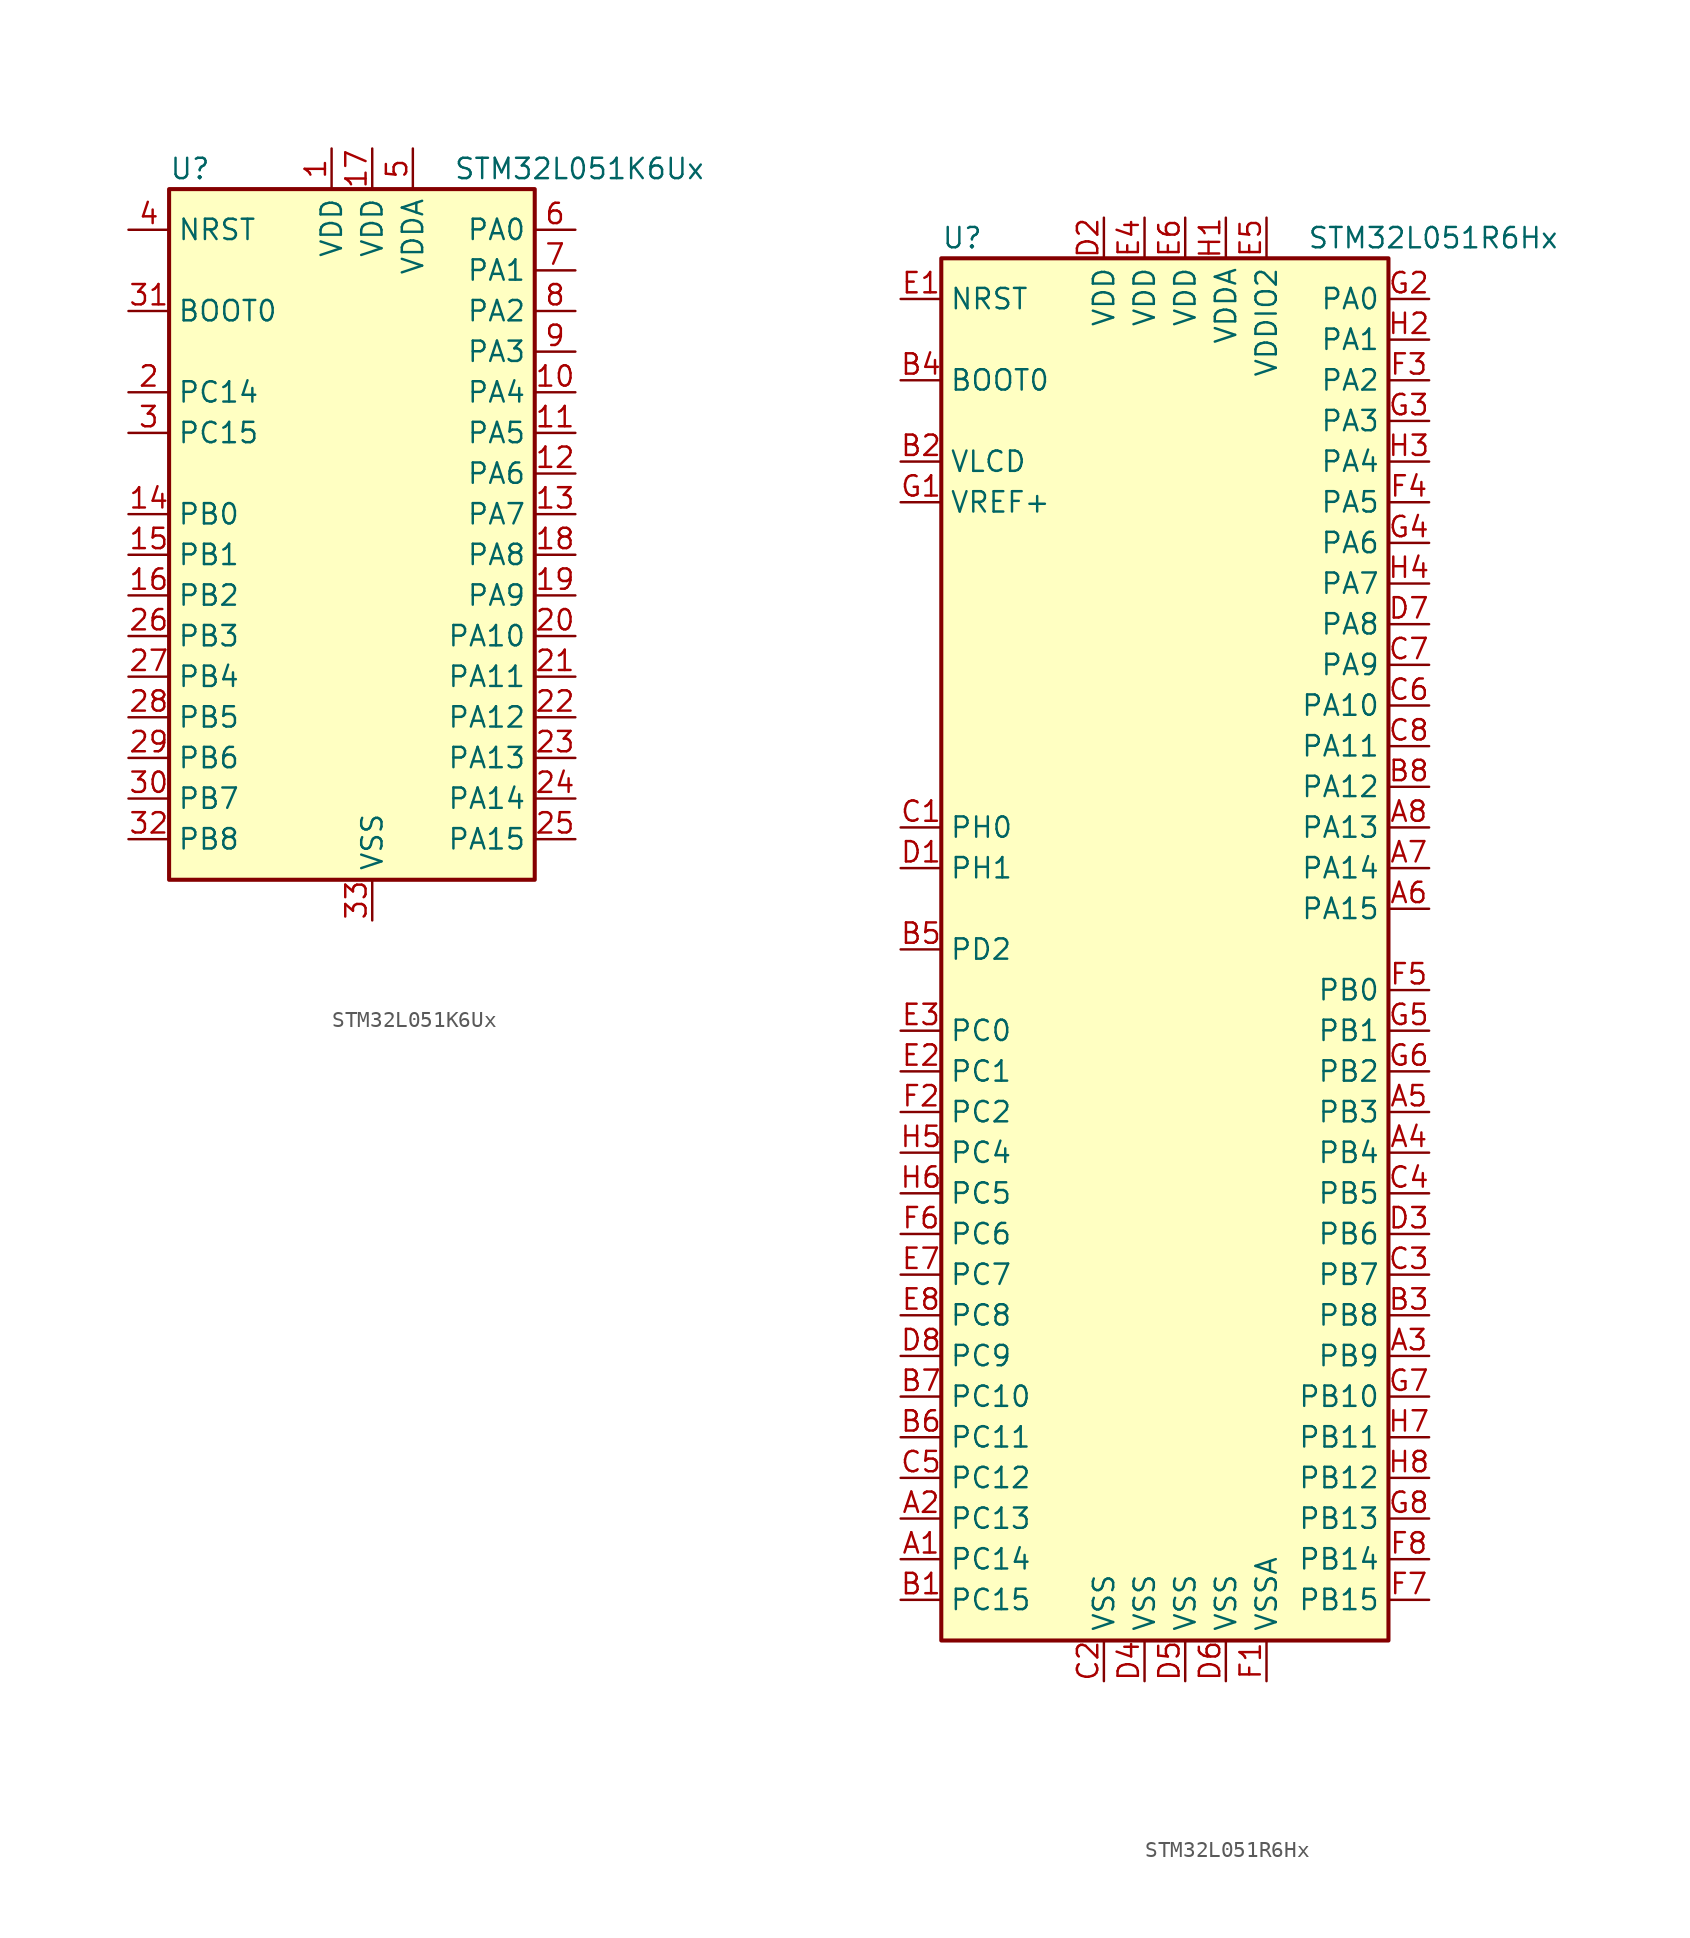
<source format=kicad_sym>
(kicad_symbol_lib
  (version 20201005)
  (generator kicad_symbol_editor)
  (symbol "MCU_ST_STM32L0:STM32L051K6Ux"
    (property "Reference" "U"
      (at -12.7 21.59 0)
      (effects (font (size 1.27 1.27)) (justify left)))
    (property "Value" "STM32L051K6Ux"
      (at 5.08 21.59 0)
      (effects (font (size 1.27 1.27)) (justify left)))
    (symbol "STM32L051K6Ux_0_1"
      (rectangle (start -12.7 -22.86) (end 10.16 20.32) (stroke (width 0.254)) (fill (type background))))
    (symbol "STM32L051K6Ux_1_1"
      (pin input line (at -15.24 12.7 0) (length 2.54) (name "BOOT0" (effects (font (size 1.27 1.27)))) (number "31" (effects (font (size 1.27 1.27)))))
      (pin input line (at -15.24 17.78 0) (length 2.54) (name "NRST" (effects (font (size 1.27 1.27)))) (number "4" (effects (font (size 1.27 1.27)))))
      (pin bidirectional line (at 12.7 17.78 180) (length 2.54) (name "PA0" (effects (font (size 1.27 1.27)))) (number "6" (effects (font (size 1.27 1.27)))))
      (pin bidirectional line (at 12.7 15.24 180) (length 2.54) (name "PA1" (effects (font (size 1.27 1.27)))) (number "7" (effects (font (size 1.27 1.27)))))
      (pin bidirectional line (at 12.7 -7.62 180) (length 2.54) (name "PA10" (effects (font (size 1.27 1.27)))) (number "20" (effects (font (size 1.27 1.27)))))
      (pin bidirectional line (at 12.7 -10.16 180) (length 2.54) (name "PA11" (effects (font (size 1.27 1.27)))) (number "21" (effects (font (size 1.27 1.27)))))
      (pin bidirectional line (at 12.7 -12.7 180) (length 2.54) (name "PA12" (effects (font (size 1.27 1.27)))) (number "22" (effects (font (size 1.27 1.27)))))
      (pin bidirectional line (at 12.7 -15.24 180) (length 2.54) (name "PA13" (effects (font (size 1.27 1.27)))) (number "23" (effects (font (size 1.27 1.27)))))
      (pin bidirectional line (at 12.7 -17.78 180) (length 2.54) (name "PA14" (effects (font (size 1.27 1.27)))) (number "24" (effects (font (size 1.27 1.27)))))
      (pin bidirectional line (at 12.7 -20.32 180) (length 2.54) (name "PA15" (effects (font (size 1.27 1.27)))) (number "25" (effects (font (size 1.27 1.27)))))
      (pin bidirectional line (at 12.7 12.7 180) (length 2.54) (name "PA2" (effects (font (size 1.27 1.27)))) (number "8" (effects (font (size 1.27 1.27)))))
      (pin bidirectional line (at 12.7 10.16 180) (length 2.54) (name "PA3" (effects (font (size 1.27 1.27)))) (number "9" (effects (font (size 1.27 1.27)))))
      (pin bidirectional line (at 12.7 7.62 180) (length 2.54) (name "PA4" (effects (font (size 1.27 1.27)))) (number "10" (effects (font (size 1.27 1.27)))))
      (pin bidirectional line (at 12.7 5.08 180) (length 2.54) (name "PA5" (effects (font (size 1.27 1.27)))) (number "11" (effects (font (size 1.27 1.27)))))
      (pin bidirectional line (at 12.7 2.54 180) (length 2.54) (name "PA6" (effects (font (size 1.27 1.27)))) (number "12" (effects (font (size 1.27 1.27)))))
      (pin bidirectional line (at 12.7 0 180) (length 2.54) (name "PA7" (effects (font (size 1.27 1.27)))) (number "13" (effects (font (size 1.27 1.27)))))
      (pin bidirectional line (at 12.7 -2.54 180) (length 2.54) (name "PA8" (effects (font (size 1.27 1.27)))) (number "18" (effects (font (size 1.27 1.27)))))
      (pin bidirectional line (at 12.7 -5.08 180) (length 2.54) (name "PA9" (effects (font (size 1.27 1.27)))) (number "19" (effects (font (size 1.27 1.27)))))
      (pin bidirectional line (at -15.24 0 0) (length 2.54) (name "PB0" (effects (font (size 1.27 1.27)))) (number "14" (effects (font (size 1.27 1.27)))))
      (pin bidirectional line (at -15.24 -2.54 0) (length 2.54) (name "PB1" (effects (font (size 1.27 1.27)))) (number "15" (effects (font (size 1.27 1.27)))))
      (pin bidirectional line (at -15.24 -5.08 0) (length 2.54) (name "PB2" (effects (font (size 1.27 1.27)))) (number "16" (effects (font (size 1.27 1.27)))))
      (pin bidirectional line (at -15.24 -7.62 0) (length 2.54) (name "PB3" (effects (font (size 1.27 1.27)))) (number "26" (effects (font (size 1.27 1.27)))))
      (pin bidirectional line (at -15.24 -10.16 0) (length 2.54) (name "PB4" (effects (font (size 1.27 1.27)))) (number "27" (effects (font (size 1.27 1.27)))))
      (pin bidirectional line (at -15.24 -12.7 0) (length 2.54) (name "PB5" (effects (font (size 1.27 1.27)))) (number "28" (effects (font (size 1.27 1.27)))))
      (pin bidirectional line (at -15.24 -15.24 0) (length 2.54) (name "PB6" (effects (font (size 1.27 1.27)))) (number "29" (effects (font (size 1.27 1.27)))))
      (pin bidirectional line (at -15.24 -17.78 0) (length 2.54) (name "PB7" (effects (font (size 1.27 1.27)))) (number "30" (effects (font (size 1.27 1.27)))))
      (pin bidirectional line (at -15.24 -20.32 0) (length 2.54) (name "PB8" (effects (font (size 1.27 1.27)))) (number "32" (effects (font (size 1.27 1.27)))))
      (pin bidirectional line (at -15.24 7.62 0) (length 2.54) (name "PC14" (effects (font (size 1.27 1.27)))) (number "2" (effects (font (size 1.27 1.27)))))
      (pin bidirectional line (at -15.24 5.08 0) (length 2.54) (name "PC15" (effects (font (size 1.27 1.27)))) (number "3" (effects (font (size 1.27 1.27)))))
      (pin power_in line (at -2.54 22.86 270) (length 2.54) (name "VDD" (effects (font (size 1.27 1.27)))) (number "1" (effects (font (size 1.27 1.27)))))
      (pin power_in line (at 0 22.86 270) (length 2.54) (name "VDD" (effects (font (size 1.27 1.27)))) (number "17" (effects (font (size 1.27 1.27)))))
      (pin power_in line (at 2.54 22.86 270) (length 2.54) (name "VDDA" (effects (font (size 1.27 1.27)))) (number "5" (effects (font (size 1.27 1.27)))))
      (pin power_in line (at 0 -25.4 90) (length 2.54) (name "VSS" (effects (font (size 1.27 1.27)))) (number "33" (effects (font (size 1.27 1.27)))))))
  (symbol "MCU_ST_STM32L0:STM32L051R6Hx"
    (property "Reference" "U"
      (at -15.24 44.45 0)
      (effects (font (size 1.27 1.27)) (justify left)))
    (property "Value" "STM32L051R6Hx"
      (at 7.62 44.45 0)
      (effects (font (size 1.27 1.27)) (justify left)))
    (symbol "STM32L051R6Hx_0_1"
      (rectangle (start -15.24 -43.18) (end 12.7 43.18) (stroke (width 0.254)) (fill (type background))))
    (symbol "STM32L051R6Hx_1_1"
      (pin input line (at -17.78 35.56 0) (length 2.54) (name "BOOT0" (effects (font (size 1.27 1.27)))) (number "B4" (effects (font (size 1.27 1.27)))))
      (pin input line (at -17.78 40.64 0) (length 2.54) (name "NRST" (effects (font (size 1.27 1.27)))) (number "E1" (effects (font (size 1.27 1.27)))))
      (pin bidirectional line (at 15.24 40.64 180) (length 2.54) (name "PA0" (effects (font (size 1.27 1.27)))) (number "G2" (effects (font (size 1.27 1.27)))))
      (pin bidirectional line (at 15.24 38.1 180) (length 2.54) (name "PA1" (effects (font (size 1.27 1.27)))) (number "H2" (effects (font (size 1.27 1.27)))))
      (pin bidirectional line (at 15.24 15.24 180) (length 2.54) (name "PA10" (effects (font (size 1.27 1.27)))) (number "C6" (effects (font (size 1.27 1.27)))))
      (pin bidirectional line (at 15.24 12.7 180) (length 2.54) (name "PA11" (effects (font (size 1.27 1.27)))) (number "C8" (effects (font (size 1.27 1.27)))))
      (pin bidirectional line (at 15.24 10.16 180) (length 2.54) (name "PA12" (effects (font (size 1.27 1.27)))) (number "B8" (effects (font (size 1.27 1.27)))))
      (pin bidirectional line (at 15.24 7.62 180) (length 2.54) (name "PA13" (effects (font (size 1.27 1.27)))) (number "A8" (effects (font (size 1.27 1.27)))))
      (pin bidirectional line (at 15.24 5.08 180) (length 2.54) (name "PA14" (effects (font (size 1.27 1.27)))) (number "A7" (effects (font (size 1.27 1.27)))))
      (pin bidirectional line (at 15.24 2.54 180) (length 2.54) (name "PA15" (effects (font (size 1.27 1.27)))) (number "A6" (effects (font (size 1.27 1.27)))))
      (pin bidirectional line (at 15.24 35.56 180) (length 2.54) (name "PA2" (effects (font (size 1.27 1.27)))) (number "F3" (effects (font (size 1.27 1.27)))))
      (pin bidirectional line (at 15.24 33.02 180) (length 2.54) (name "PA3" (effects (font (size 1.27 1.27)))) (number "G3" (effects (font (size 1.27 1.27)))))
      (pin bidirectional line (at 15.24 30.48 180) (length 2.54) (name "PA4" (effects (font (size 1.27 1.27)))) (number "H3" (effects (font (size 1.27 1.27)))))
      (pin bidirectional line (at 15.24 27.94 180) (length 2.54) (name "PA5" (effects (font (size 1.27 1.27)))) (number "F4" (effects (font (size 1.27 1.27)))))
      (pin bidirectional line (at 15.24 25.4 180) (length 2.54) (name "PA6" (effects (font (size 1.27 1.27)))) (number "G4" (effects (font (size 1.27 1.27)))))
      (pin bidirectional line (at 15.24 22.86 180) (length 2.54) (name "PA7" (effects (font (size 1.27 1.27)))) (number "H4" (effects (font (size 1.27 1.27)))))
      (pin bidirectional line (at 15.24 20.32 180) (length 2.54) (name "PA8" (effects (font (size 1.27 1.27)))) (number "D7" (effects (font (size 1.27 1.27)))))
      (pin bidirectional line (at 15.24 17.78 180) (length 2.54) (name "PA9" (effects (font (size 1.27 1.27)))) (number "C7" (effects (font (size 1.27 1.27)))))
      (pin bidirectional line (at 15.24 -2.54 180) (length 2.54) (name "PB0" (effects (font (size 1.27 1.27)))) (number "F5" (effects (font (size 1.27 1.27)))))
      (pin bidirectional line (at 15.24 -5.08 180) (length 2.54) (name "PB1" (effects (font (size 1.27 1.27)))) (number "G5" (effects (font (size 1.27 1.27)))))
      (pin bidirectional line (at 15.24 -27.94 180) (length 2.54) (name "PB10" (effects (font (size 1.27 1.27)))) (number "G7" (effects (font (size 1.27 1.27)))))
      (pin bidirectional line (at 15.24 -30.48 180) (length 2.54) (name "PB11" (effects (font (size 1.27 1.27)))) (number "H7" (effects (font (size 1.27 1.27)))))
      (pin bidirectional line (at 15.24 -33.02 180) (length 2.54) (name "PB12" (effects (font (size 1.27 1.27)))) (number "H8" (effects (font (size 1.27 1.27)))))
      (pin bidirectional line (at 15.24 -35.56 180) (length 2.54) (name "PB13" (effects (font (size 1.27 1.27)))) (number "G8" (effects (font (size 1.27 1.27)))))
      (pin bidirectional line (at 15.24 -38.1 180) (length 2.54) (name "PB14" (effects (font (size 1.27 1.27)))) (number "F8" (effects (font (size 1.27 1.27)))))
      (pin bidirectional line (at 15.24 -40.64 180) (length 2.54) (name "PB15" (effects (font (size 1.27 1.27)))) (number "F7" (effects (font (size 1.27 1.27)))))
      (pin bidirectional line (at 15.24 -7.62 180) (length 2.54) (name "PB2" (effects (font (size 1.27 1.27)))) (number "G6" (effects (font (size 1.27 1.27)))))
      (pin bidirectional line (at 15.24 -10.16 180) (length 2.54) (name "PB3" (effects (font (size 1.27 1.27)))) (number "A5" (effects (font (size 1.27 1.27)))))
      (pin bidirectional line (at 15.24 -12.7 180) (length 2.54) (name "PB4" (effects (font (size 1.27 1.27)))) (number "A4" (effects (font (size 1.27 1.27)))))
      (pin bidirectional line (at 15.24 -15.24 180) (length 2.54) (name "PB5" (effects (font (size 1.27 1.27)))) (number "C4" (effects (font (size 1.27 1.27)))))
      (pin bidirectional line (at 15.24 -17.78 180) (length 2.54) (name "PB6" (effects (font (size 1.27 1.27)))) (number "D3" (effects (font (size 1.27 1.27)))))
      (pin bidirectional line (at 15.24 -20.32 180) (length 2.54) (name "PB7" (effects (font (size 1.27 1.27)))) (number "C3" (effects (font (size 1.27 1.27)))))
      (pin bidirectional line (at 15.24 -22.86 180) (length 2.54) (name "PB8" (effects (font (size 1.27 1.27)))) (number "B3" (effects (font (size 1.27 1.27)))))
      (pin bidirectional line (at 15.24 -25.4 180) (length 2.54) (name "PB9" (effects (font (size 1.27 1.27)))) (number "A3" (effects (font (size 1.27 1.27)))))
      (pin bidirectional line (at -17.78 -5.08 0) (length 2.54) (name "PC0" (effects (font (size 1.27 1.27)))) (number "E3" (effects (font (size 1.27 1.27)))))
      (pin bidirectional line (at -17.78 -7.62 0) (length 2.54) (name "PC1" (effects (font (size 1.27 1.27)))) (number "E2" (effects (font (size 1.27 1.27)))))
      (pin bidirectional line (at -17.78 -27.94 0) (length 2.54) (name "PC10" (effects (font (size 1.27 1.27)))) (number "B7" (effects (font (size 1.27 1.27)))))
      (pin bidirectional line (at -17.78 -30.48 0) (length 2.54) (name "PC11" (effects (font (size 1.27 1.27)))) (number "B6" (effects (font (size 1.27 1.27)))))
      (pin bidirectional line (at -17.78 -33.02 0) (length 2.54) (name "PC12" (effects (font (size 1.27 1.27)))) (number "C5" (effects (font (size 1.27 1.27)))))
      (pin bidirectional line (at -17.78 -35.56 0) (length 2.54) (name "PC13" (effects (font (size 1.27 1.27)))) (number "A2" (effects (font (size 1.27 1.27)))))
      (pin bidirectional line (at -17.78 -38.1 0) (length 2.54) (name "PC14" (effects (font (size 1.27 1.27)))) (number "A1" (effects (font (size 1.27 1.27)))))
      (pin bidirectional line (at -17.78 -40.64 0) (length 2.54) (name "PC15" (effects (font (size 1.27 1.27)))) (number "B1" (effects (font (size 1.27 1.27)))))
      (pin bidirectional line (at -17.78 -10.16 0) (length 2.54) (name "PC2" (effects (font (size 1.27 1.27)))) (number "F2" (effects (font (size 1.27 1.27)))))
      (pin bidirectional line (at -17.78 -12.7 0) (length 2.54) (name "PC4" (effects (font (size 1.27 1.27)))) (number "H5" (effects (font (size 1.27 1.27)))))
      (pin bidirectional line (at -17.78 -15.24 0) (length 2.54) (name "PC5" (effects (font (size 1.27 1.27)))) (number "H6" (effects (font (size 1.27 1.27)))))
      (pin bidirectional line (at -17.78 -17.78 0) (length 2.54) (name "PC6" (effects (font (size 1.27 1.27)))) (number "F6" (effects (font (size 1.27 1.27)))))
      (pin bidirectional line (at -17.78 -20.32 0) (length 2.54) (name "PC7" (effects (font (size 1.27 1.27)))) (number "E7" (effects (font (size 1.27 1.27)))))
      (pin bidirectional line (at -17.78 -22.86 0) (length 2.54) (name "PC8" (effects (font (size 1.27 1.27)))) (number "E8" (effects (font (size 1.27 1.27)))))
      (pin bidirectional line (at -17.78 -25.4 0) (length 2.54) (name "PC9" (effects (font (size 1.27 1.27)))) (number "D8" (effects (font (size 1.27 1.27)))))
      (pin bidirectional line (at -17.78 0 0) (length 2.54) (name "PD2" (effects (font (size 1.27 1.27)))) (number "B5" (effects (font (size 1.27 1.27)))))
      (pin input line (at -17.78 7.62 0) (length 2.54) (name "PH0" (effects (font (size 1.27 1.27)))) (number "C1" (effects (font (size 1.27 1.27)))))
      (pin input line (at -17.78 5.08 0) (length 2.54) (name "PH1" (effects (font (size 1.27 1.27)))) (number "D1" (effects (font (size 1.27 1.27)))))
      (pin power_in line (at -5.08 45.72 270) (length 2.54) (name "VDD" (effects (font (size 1.27 1.27)))) (number "D2" (effects (font (size 1.27 1.27)))))
      (pin power_in line (at -2.54 45.72 270) (length 2.54) (name "VDD" (effects (font (size 1.27 1.27)))) (number "E4" (effects (font (size 1.27 1.27)))))
      (pin power_in line (at 0 45.72 270) (length 2.54) (name "VDD" (effects (font (size 1.27 1.27)))) (number "E6" (effects (font (size 1.27 1.27)))))
      (pin power_in line (at 2.54 45.72 270) (length 2.54) (name "VDDA" (effects (font (size 1.27 1.27)))) (number "H1" (effects (font (size 1.27 1.27)))))
      (pin power_in line (at 5.08 45.72 270) (length 2.54) (name "VDDIO2" (effects (font (size 1.27 1.27)))) (number "E5" (effects (font (size 1.27 1.27)))))
      (pin power_in line (at -17.78 30.48 0) (length 2.54) (name "VLCD" (effects (font (size 1.27 1.27)))) (number "B2" (effects (font (size 1.27 1.27)))))
      (pin power_in line (at -17.78 27.94 0) (length 2.54) (name "VREF+" (effects (font (size 1.27 1.27)))) (number "G1" (effects (font (size 1.27 1.27)))))
      (pin power_in line (at -5.08 -45.72 90) (length 2.54) (name "VSS" (effects (font (size 1.27 1.27)))) (number "C2" (effects (font (size 1.27 1.27)))))
      (pin power_in line (at -2.54 -45.72 90) (length 2.54) (name "VSS" (effects (font (size 1.27 1.27)))) (number "D4" (effects (font (size 1.27 1.27)))))
      (pin power_in line (at 0 -45.72 90) (length 2.54) (name "VSS" (effects (font (size 1.27 1.27)))) (number "D5" (effects (font (size 1.27 1.27)))))
      (pin power_in line (at 2.54 -45.72 90) (length 2.54) (name "VSS" (effects (font (size 1.27 1.27)))) (number "D6" (effects (font (size 1.27 1.27)))))
      (pin power_in line (at 5.08 -45.72 90) (length 2.54) (name "VSSA" (effects (font (size 1.27 1.27)))) (number "F1" (effects (font (size 1.27 1.27))))))))
</source>
